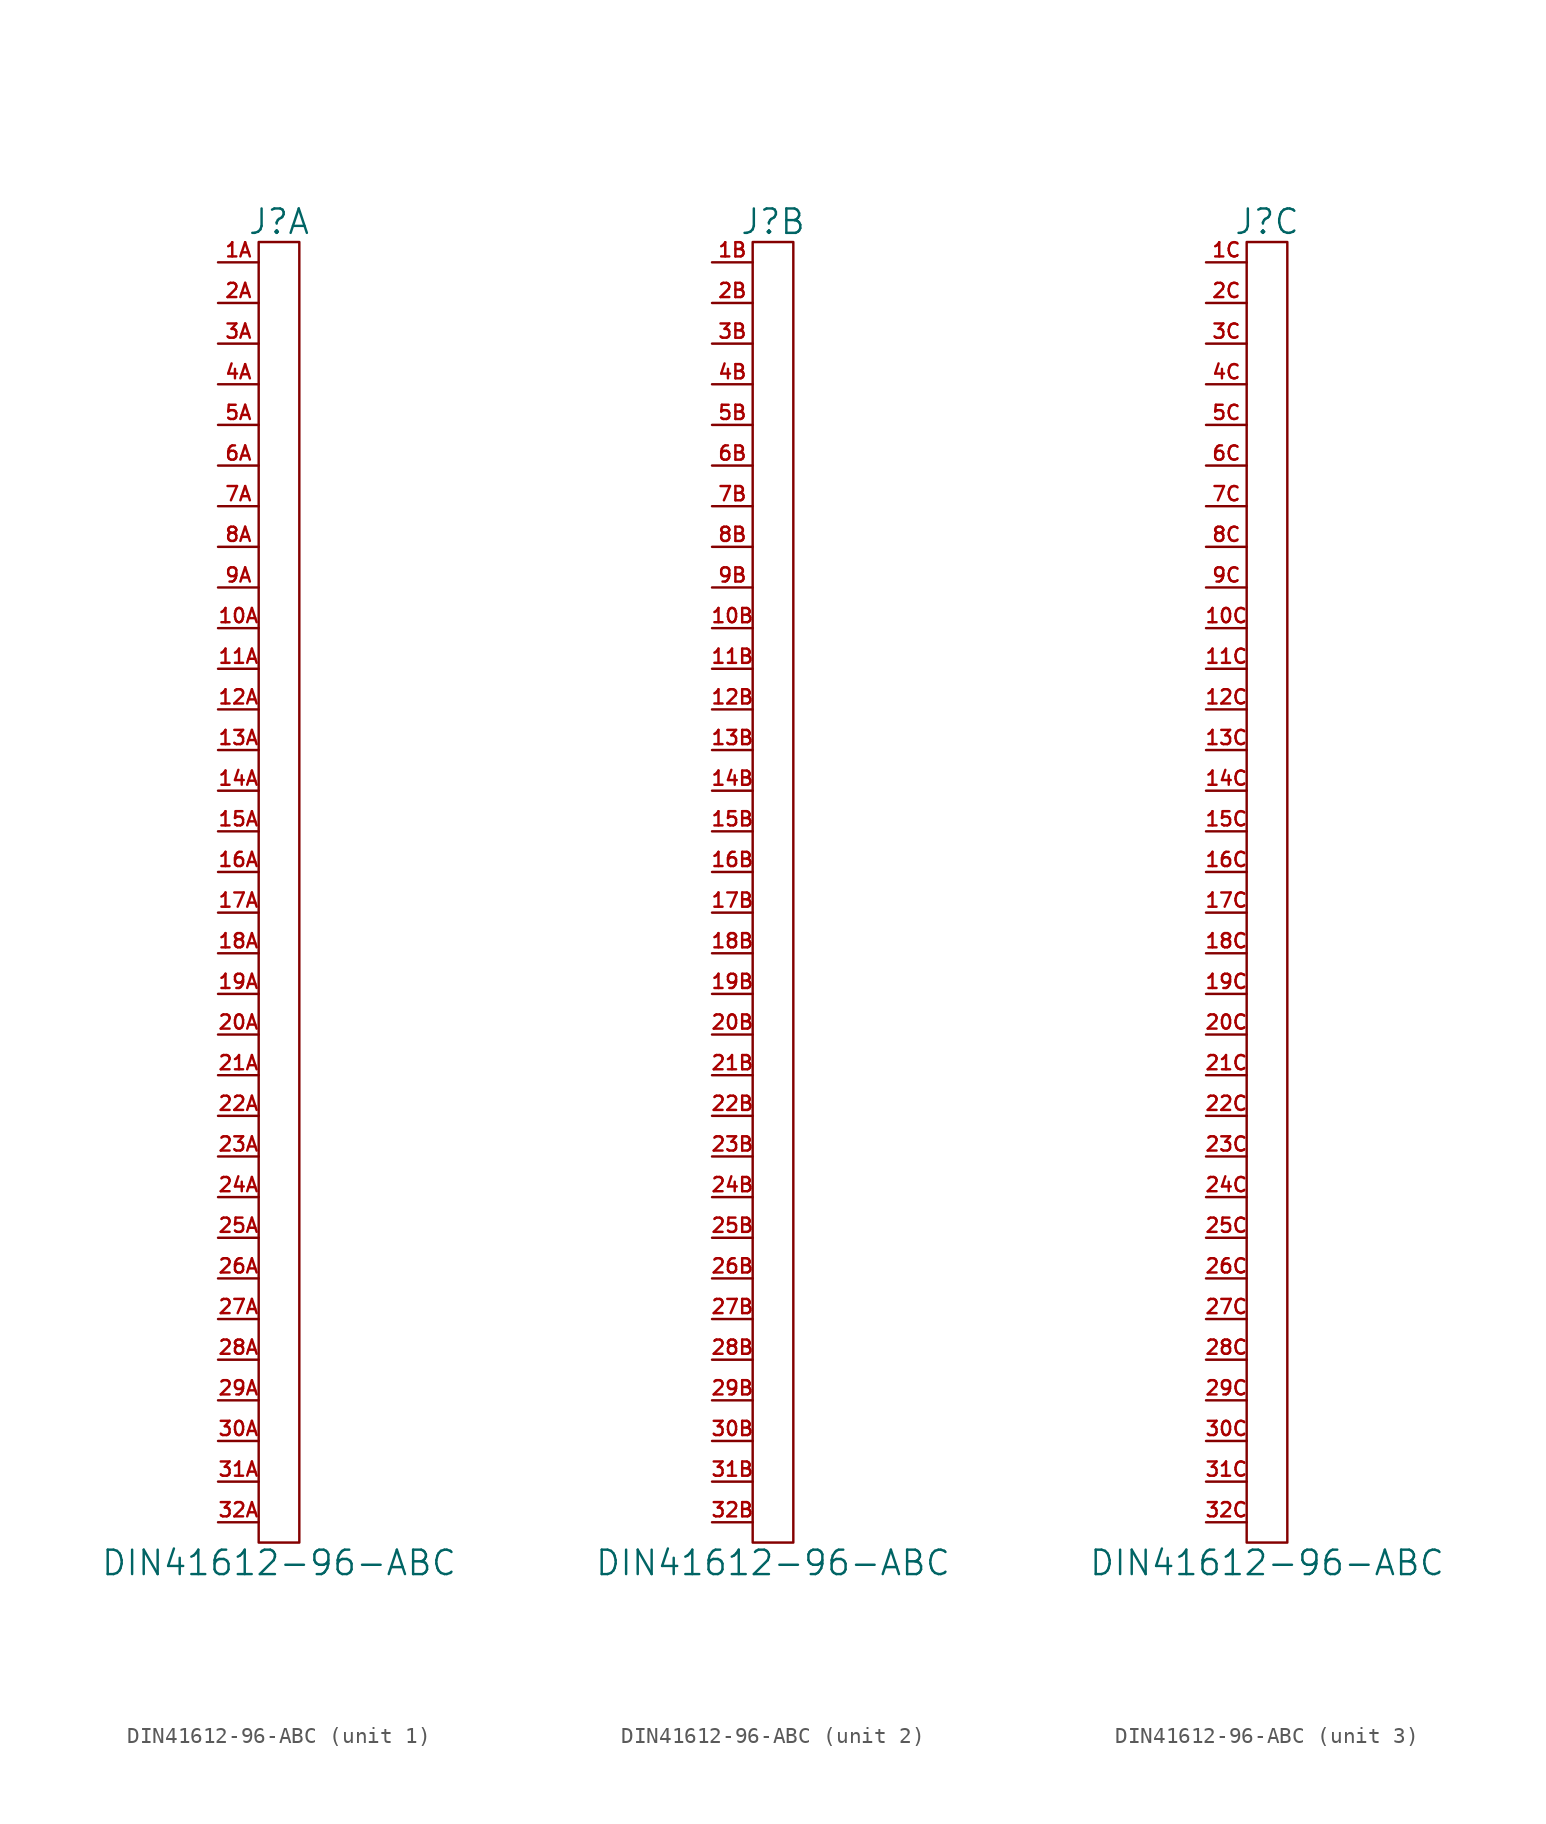
<source format=kicad_sym>
(kicad_symbol_lib
  (version 20220914)
  (generator kicad_symbol_editor)
  (symbol "DIN41612-96-ABC"
    (pin_names
      (offset 0))
    (property "Reference" "J"
      (at 0 41.91 0)
      (effects (font (size 1.524 1.524))))
    (property "Value" "DIN41612-96-ABC"
      (at 0 -41.91 0)
      (effects (font (size 1.524 1.524))))
    (property "Footprint" ""
      (at 0 0 0)
      (effects (font (size 1.524 1.524))))
    (property "Datasheet" ""
      (at 0 0 0)
      (effects (font (size 1.524 1.524))))
    (property "ki_locked" ""
      (at 0 0 0)
      (effects (font (size 1.27 1.27))))
    (symbol "DIN41612-96-ABC_0_1"
      (rectangle (start -1.27 40.64) (end 1.27 -40.64) (stroke (width 0) (type solid)) (fill (type none))))
    (symbol "DIN41612-96-ABC_1_1"
      (pin passive line (at -3.81 16.51 0) (length 2.54) (name "~" (effects (font (size 1.27 1.27)))) (number "10A" (effects (font (size 0.889 0.889)))))
      (pin passive line (at -3.81 13.97 0) (length 2.54) (name "~" (effects (font (size 1.27 1.27)))) (number "11A" (effects (font (size 0.889 0.889)))))
      (pin passive line (at -3.81 11.43 0) (length 2.54) (name "~" (effects (font (size 1.27 1.27)))) (number "12A" (effects (font (size 0.889 0.889)))))
      (pin passive line (at -3.81 8.89 0) (length 2.54) (name "~" (effects (font (size 1.27 1.27)))) (number "13A" (effects (font (size 0.889 0.889)))))
      (pin passive line (at -3.81 6.35 0) (length 2.54) (name "~" (effects (font (size 1.27 1.27)))) (number "14A" (effects (font (size 0.889 0.889)))))
      (pin passive line (at -3.81 3.81 0) (length 2.54) (name "~" (effects (font (size 1.27 1.27)))) (number "15A" (effects (font (size 0.889 0.889)))))
      (pin passive line (at -3.81 1.27 0) (length 2.54) (name "~" (effects (font (size 1.27 1.27)))) (number "16A" (effects (font (size 0.889 0.889)))))
      (pin passive line (at -3.81 -1.27 0) (length 2.54) (name "~" (effects (font (size 1.27 1.27)))) (number "17A" (effects (font (size 0.889 0.889)))))
      (pin passive line (at -3.81 -3.81 0) (length 2.54) (name "~" (effects (font (size 1.27 1.27)))) (number "18A" (effects (font (size 0.889 0.889)))))
      (pin passive line (at -3.81 -6.35 0) (length 2.54) (name "~" (effects (font (size 1.27 1.27)))) (number "19A" (effects (font (size 0.889 0.889)))))
      (pin passive line (at -3.81 39.37 0) (length 2.54) (name "~" (effects (font (size 1.27 1.27)))) (number "1A" (effects (font (size 0.889 0.889)))))
      (pin passive line (at -3.81 -8.89 0) (length 2.54) (name "~" (effects (font (size 1.27 1.27)))) (number "20A" (effects (font (size 0.889 0.889)))))
      (pin passive line (at -3.81 -11.43 0) (length 2.54) (name "~" (effects (font (size 1.27 1.27)))) (number "21A" (effects (font (size 0.889 0.889)))))
      (pin passive line (at -3.81 -13.97 0) (length 2.54) (name "~" (effects (font (size 1.27 1.27)))) (number "22A" (effects (font (size 0.889 0.889)))))
      (pin passive line (at -3.81 -16.51 0) (length 2.54) (name "~" (effects (font (size 1.27 1.27)))) (number "23A" (effects (font (size 0.889 0.889)))))
      (pin passive line (at -3.81 -19.05 0) (length 2.54) (name "~" (effects (font (size 1.27 1.27)))) (number "24A" (effects (font (size 0.889 0.889)))))
      (pin passive line (at -3.81 -21.59 0) (length 2.54) (name "~" (effects (font (size 1.27 1.27)))) (number "25A" (effects (font (size 0.889 0.889)))))
      (pin passive line (at -3.81 -24.13 0) (length 2.54) (name "~" (effects (font (size 1.27 1.27)))) (number "26A" (effects (font (size 0.889 0.889)))))
      (pin passive line (at -3.81 -26.67 0) (length 2.54) (name "~" (effects (font (size 1.27 1.27)))) (number "27A" (effects (font (size 0.889 0.889)))))
      (pin passive line (at -3.81 -29.21 0) (length 2.54) (name "~" (effects (font (size 1.27 1.27)))) (number "28A" (effects (font (size 0.889 0.889)))))
      (pin passive line (at -3.81 -31.75 0) (length 2.54) (name "~" (effects (font (size 1.27 1.27)))) (number "29A" (effects (font (size 0.889 0.889)))))
      (pin passive line (at -3.81 36.83 0) (length 2.54) (name "~" (effects (font (size 1.27 1.27)))) (number "2A" (effects (font (size 0.889 0.889)))))
      (pin passive line (at -3.81 -34.29 0) (length 2.54) (name "~" (effects (font (size 1.27 1.27)))) (number "30A" (effects (font (size 0.889 0.889)))))
      (pin passive line (at -3.81 -36.83 0) (length 2.54) (name "~" (effects (font (size 1.27 1.27)))) (number "31A" (effects (font (size 0.889 0.889)))))
      (pin passive line (at -3.81 -39.37 0) (length 2.54) (name "~" (effects (font (size 1.27 1.27)))) (number "32A" (effects (font (size 0.889 0.889)))))
      (pin passive line (at -3.81 34.29 0) (length 2.54) (name "~" (effects (font (size 1.27 1.27)))) (number "3A" (effects (font (size 0.889 0.889)))))
      (pin passive line (at -3.81 31.75 0) (length 2.54) (name "~" (effects (font (size 1.27 1.27)))) (number "4A" (effects (font (size 0.889 0.889)))))
      (pin passive line (at -3.81 29.21 0) (length 2.54) (name "~" (effects (font (size 1.27 1.27)))) (number "5A" (effects (font (size 0.889 0.889)))))
      (pin passive line (at -3.81 26.67 0) (length 2.54) (name "~" (effects (font (size 1.27 1.27)))) (number "6A" (effects (font (size 0.889 0.889)))))
      (pin passive line (at -3.81 24.13 0) (length 2.54) (name "~" (effects (font (size 1.27 1.27)))) (number "7A" (effects (font (size 0.889 0.889)))))
      (pin passive line (at -3.81 21.59 0) (length 2.54) (name "~" (effects (font (size 1.27 1.27)))) (number "8A" (effects (font (size 0.889 0.889)))))
      (pin passive line (at -3.81 19.05 0) (length 2.54) (name "~" (effects (font (size 1.27 1.27)))) (number "9A" (effects (font (size 0.889 0.889))))))
    (symbol "DIN41612-96-ABC_2_1"
      (pin passive line (at -3.81 16.51 0) (length 2.54) (name "~" (effects (font (size 1.27 1.27)))) (number "10B" (effects (font (size 0.889 0.889)))))
      (pin passive line (at -3.81 13.97 0) (length 2.54) (name "~" (effects (font (size 1.27 1.27)))) (number "11B" (effects (font (size 0.889 0.889)))))
      (pin passive line (at -3.81 11.43 0) (length 2.54) (name "~" (effects (font (size 1.27 1.27)))) (number "12B" (effects (font (size 0.889 0.889)))))
      (pin passive line (at -3.81 8.89 0) (length 2.54) (name "~" (effects (font (size 1.27 1.27)))) (number "13B" (effects (font (size 0.889 0.889)))))
      (pin passive line (at -3.81 6.35 0) (length 2.54) (name "~" (effects (font (size 1.27 1.27)))) (number "14B" (effects (font (size 0.889 0.889)))))
      (pin passive line (at -3.81 3.81 0) (length 2.54) (name "~" (effects (font (size 1.27 1.27)))) (number "15B" (effects (font (size 0.889 0.889)))))
      (pin passive line (at -3.81 1.27 0) (length 2.54) (name "~" (effects (font (size 1.27 1.27)))) (number "16B" (effects (font (size 0.889 0.889)))))
      (pin passive line (at -3.81 -1.27 0) (length 2.54) (name "~" (effects (font (size 1.27 1.27)))) (number "17B" (effects (font (size 0.889 0.889)))))
      (pin passive line (at -3.81 -3.81 0) (length 2.54) (name "~" (effects (font (size 1.27 1.27)))) (number "18B" (effects (font (size 0.889 0.889)))))
      (pin passive line (at -3.81 -6.35 0) (length 2.54) (name "~" (effects (font (size 1.27 1.27)))) (number "19B" (effects (font (size 0.889 0.889)))))
      (pin passive line (at -3.81 39.37 0) (length 2.54) (name "~" (effects (font (size 1.27 1.27)))) (number "1B" (effects (font (size 0.889 0.889)))))
      (pin passive line (at -3.81 -8.89 0) (length 2.54) (name "~" (effects (font (size 1.27 1.27)))) (number "20B" (effects (font (size 0.889 0.889)))))
      (pin passive line (at -3.81 -11.43 0) (length 2.54) (name "~" (effects (font (size 1.27 1.27)))) (number "21B" (effects (font (size 0.889 0.889)))))
      (pin passive line (at -3.81 -13.97 0) (length 2.54) (name "~" (effects (font (size 1.27 1.27)))) (number "22B" (effects (font (size 0.889 0.889)))))
      (pin passive line (at -3.81 -16.51 0) (length 2.54) (name "~" (effects (font (size 1.27 1.27)))) (number "23B" (effects (font (size 0.889 0.889)))))
      (pin passive line (at -3.81 -19.05 0) (length 2.54) (name "~" (effects (font (size 1.27 1.27)))) (number "24B" (effects (font (size 0.889 0.889)))))
      (pin passive line (at -3.81 -21.59 0) (length 2.54) (name "~" (effects (font (size 1.27 1.27)))) (number "25B" (effects (font (size 0.889 0.889)))))
      (pin passive line (at -3.81 -24.13 0) (length 2.54) (name "~" (effects (font (size 1.27 1.27)))) (number "26B" (effects (font (size 0.889 0.889)))))
      (pin passive line (at -3.81 -26.67 0) (length 2.54) (name "~" (effects (font (size 1.27 1.27)))) (number "27B" (effects (font (size 0.889 0.889)))))
      (pin passive line (at -3.81 -29.21 0) (length 2.54) (name "~" (effects (font (size 1.27 1.27)))) (number "28B" (effects (font (size 0.889 0.889)))))
      (pin passive line (at -3.81 -31.75 0) (length 2.54) (name "~" (effects (font (size 1.27 1.27)))) (number "29B" (effects (font (size 0.889 0.889)))))
      (pin passive line (at -3.81 36.83 0) (length 2.54) (name "~" (effects (font (size 1.27 1.27)))) (number "2B" (effects (font (size 0.889 0.889)))))
      (pin passive line (at -3.81 -34.29 0) (length 2.54) (name "~" (effects (font (size 1.27 1.27)))) (number "30B" (effects (font (size 0.889 0.889)))))
      (pin passive line (at -3.81 -36.83 0) (length 2.54) (name "~" (effects (font (size 1.27 1.27)))) (number "31B" (effects (font (size 0.889 0.889)))))
      (pin passive line (at -3.81 -39.37 0) (length 2.54) (name "~" (effects (font (size 1.27 1.27)))) (number "32B" (effects (font (size 0.889 0.889)))))
      (pin passive line (at -3.81 34.29 0) (length 2.54) (name "~" (effects (font (size 1.27 1.27)))) (number "3B" (effects (font (size 0.889 0.889)))))
      (pin passive line (at -3.81 31.75 0) (length 2.54) (name "~" (effects (font (size 1.27 1.27)))) (number "4B" (effects (font (size 0.889 0.889)))))
      (pin passive line (at -3.81 29.21 0) (length 2.54) (name "~" (effects (font (size 1.27 1.27)))) (number "5B" (effects (font (size 0.889 0.889)))))
      (pin passive line (at -3.81 26.67 0) (length 2.54) (name "~" (effects (font (size 1.27 1.27)))) (number "6B" (effects (font (size 0.889 0.889)))))
      (pin passive line (at -3.81 24.13 0) (length 2.54) (name "~" (effects (font (size 1.27 1.27)))) (number "7B" (effects (font (size 0.889 0.889)))))
      (pin passive line (at -3.81 21.59 0) (length 2.54) (name "~" (effects (font (size 1.27 1.27)))) (number "8B" (effects (font (size 0.889 0.889)))))
      (pin passive line (at -3.81 19.05 0) (length 2.54) (name "~" (effects (font (size 1.27 1.27)))) (number "9B" (effects (font (size 0.889 0.889))))))
    (symbol "DIN41612-96-ABC_3_1"
      (pin passive line (at -3.81 16.51 0) (length 2.54) (name "~" (effects (font (size 1.27 1.27)))) (number "10C" (effects (font (size 0.889 0.889)))))
      (pin passive line (at -3.81 13.97 0) (length 2.54) (name "~" (effects (font (size 1.27 1.27)))) (number "11C" (effects (font (size 0.889 0.889)))))
      (pin passive line (at -3.81 11.43 0) (length 2.54) (name "~" (effects (font (size 1.27 1.27)))) (number "12C" (effects (font (size 0.889 0.889)))))
      (pin passive line (at -3.81 8.89 0) (length 2.54) (name "~" (effects (font (size 1.27 1.27)))) (number "13C" (effects (font (size 0.889 0.889)))))
      (pin passive line (at -3.81 6.35 0) (length 2.54) (name "~" (effects (font (size 1.27 1.27)))) (number "14C" (effects (font (size 0.889 0.889)))))
      (pin passive line (at -3.81 3.81 0) (length 2.54) (name "~" (effects (font (size 1.27 1.27)))) (number "15C" (effects (font (size 0.889 0.889)))))
      (pin passive line (at -3.81 1.27 0) (length 2.54) (name "~" (effects (font (size 1.27 1.27)))) (number "16C" (effects (font (size 0.889 0.889)))))
      (pin passive line (at -3.81 -1.27 0) (length 2.54) (name "~" (effects (font (size 1.27 1.27)))) (number "17C" (effects (font (size 0.889 0.889)))))
      (pin passive line (at -3.81 -3.81 0) (length 2.54) (name "~" (effects (font (size 1.27 1.27)))) (number "18C" (effects (font (size 0.889 0.889)))))
      (pin passive line (at -3.81 -6.35 0) (length 2.54) (name "~" (effects (font (size 1.27 1.27)))) (number "19C" (effects (font (size 0.889 0.889)))))
      (pin passive line (at -3.81 39.37 0) (length 2.54) (name "~" (effects (font (size 1.27 1.27)))) (number "1C" (effects (font (size 0.889 0.889)))))
      (pin passive line (at -3.81 -8.89 0) (length 2.54) (name "~" (effects (font (size 1.27 1.27)))) (number "20C" (effects (font (size 0.889 0.889)))))
      (pin passive line (at -3.81 -11.43 0) (length 2.54) (name "~" (effects (font (size 1.27 1.27)))) (number "21C" (effects (font (size 0.889 0.889)))))
      (pin passive line (at -3.81 -13.97 0) (length 2.54) (name "~" (effects (font (size 1.27 1.27)))) (number "22C" (effects (font (size 0.889 0.889)))))
      (pin passive line (at -3.81 -16.51 0) (length 2.54) (name "~" (effects (font (size 1.27 1.27)))) (number "23C" (effects (font (size 0.889 0.889)))))
      (pin passive line (at -3.81 -19.05 0) (length 2.54) (name "~" (effects (font (size 1.27 1.27)))) (number "24C" (effects (font (size 0.889 0.889)))))
      (pin passive line (at -3.81 -21.59 0) (length 2.54) (name "~" (effects (font (size 1.27 1.27)))) (number "25C" (effects (font (size 0.889 0.889)))))
      (pin passive line (at -3.81 -24.13 0) (length 2.54) (name "~" (effects (font (size 1.27 1.27)))) (number "26C" (effects (font (size 0.889 0.889)))))
      (pin passive line (at -3.81 -26.67 0) (length 2.54) (name "~" (effects (font (size 1.27 1.27)))) (number "27C" (effects (font (size 0.889 0.889)))))
      (pin passive line (at -3.81 -29.21 0) (length 2.54) (name "~" (effects (font (size 1.27 1.27)))) (number "28C" (effects (font (size 0.889 0.889)))))
      (pin passive line (at -3.81 -31.75 0) (length 2.54) (name "~" (effects (font (size 1.27 1.27)))) (number "29C" (effects (font (size 0.889 0.889)))))
      (pin passive line (at -3.81 36.83 0) (length 2.54) (name "~" (effects (font (size 1.27 1.27)))) (number "2C" (effects (font (size 0.889 0.889)))))
      (pin passive line (at -3.81 -34.29 0) (length 2.54) (name "~" (effects (font (size 1.27 1.27)))) (number "30C" (effects (font (size 0.889 0.889)))))
      (pin passive line (at -3.81 -36.83 0) (length 2.54) (name "~" (effects (font (size 1.27 1.27)))) (number "31C" (effects (font (size 0.889 0.889)))))
      (pin passive line (at -3.81 -39.37 0) (length 2.54) (name "~" (effects (font (size 1.27 1.27)))) (number "32C" (effects (font (size 0.889 0.889)))))
      (pin passive line (at -3.81 34.29 0) (length 2.54) (name "~" (effects (font (size 1.27 1.27)))) (number "3C" (effects (font (size 0.889 0.889)))))
      (pin passive line (at -3.81 31.75 0) (length 2.54) (name "~" (effects (font (size 1.27 1.27)))) (number "4C" (effects (font (size 0.889 0.889)))))
      (pin passive line (at -3.81 29.21 0) (length 2.54) (name "~" (effects (font (size 1.27 1.27)))) (number "5C" (effects (font (size 0.889 0.889)))))
      (pin passive line (at -3.81 26.67 0) (length 2.54) (name "~" (effects (font (size 1.27 1.27)))) (number "6C" (effects (font (size 0.889 0.889)))))
      (pin passive line (at -3.81 24.13 0) (length 2.54) (name "~" (effects (font (size 1.27 1.27)))) (number "7C" (effects (font (size 0.889 0.889)))))
      (pin passive line (at -3.81 21.59 0) (length 2.54) (name "~" (effects (font (size 1.27 1.27)))) (number "8C" (effects (font (size 0.889 0.889)))))
      (pin passive line (at -3.81 19.05 0) (length 2.54) (name "~" (effects (font (size 1.27 1.27)))) (number "9C" (effects (font (size 0.889 0.889))))))))
</source>
